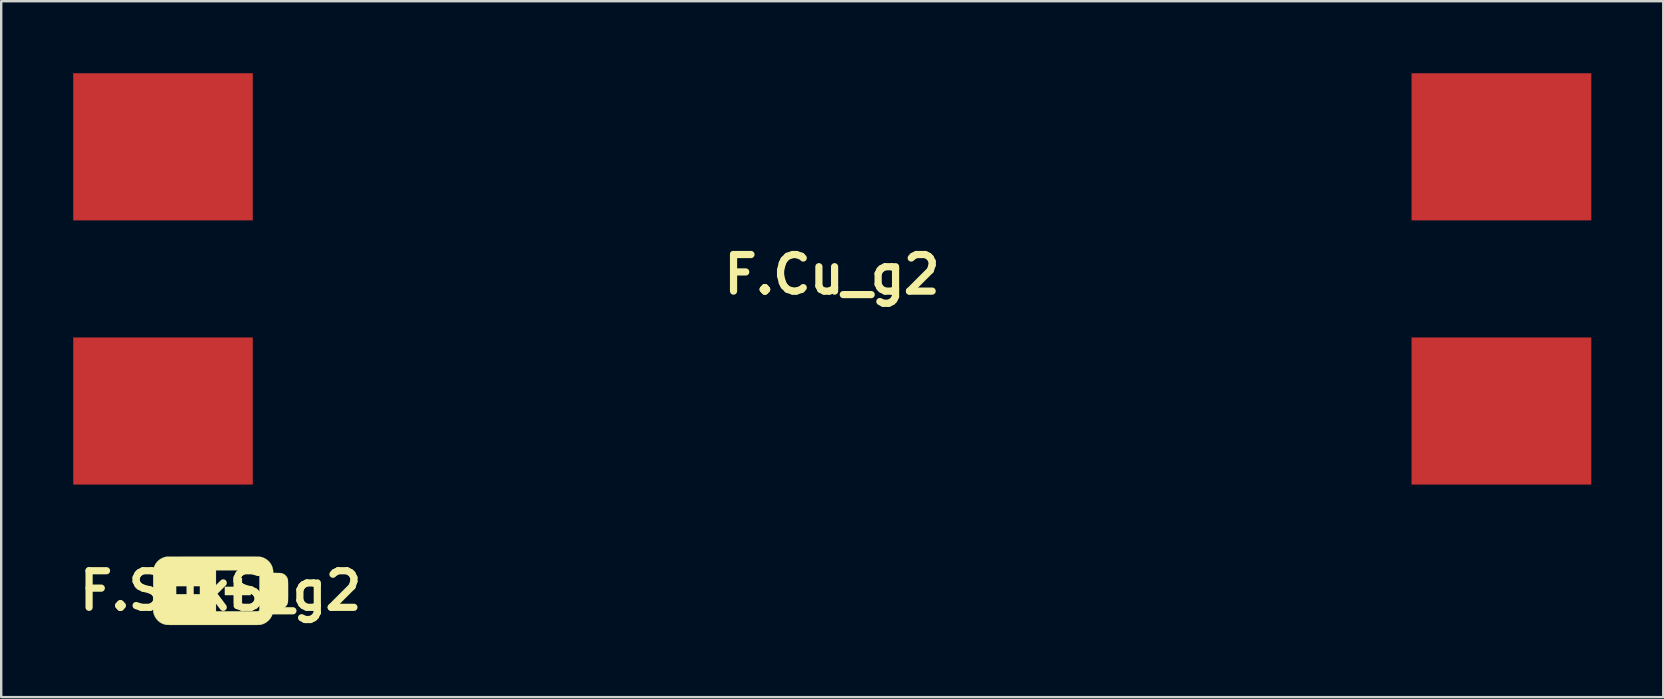
<source format=kicad_pcb>
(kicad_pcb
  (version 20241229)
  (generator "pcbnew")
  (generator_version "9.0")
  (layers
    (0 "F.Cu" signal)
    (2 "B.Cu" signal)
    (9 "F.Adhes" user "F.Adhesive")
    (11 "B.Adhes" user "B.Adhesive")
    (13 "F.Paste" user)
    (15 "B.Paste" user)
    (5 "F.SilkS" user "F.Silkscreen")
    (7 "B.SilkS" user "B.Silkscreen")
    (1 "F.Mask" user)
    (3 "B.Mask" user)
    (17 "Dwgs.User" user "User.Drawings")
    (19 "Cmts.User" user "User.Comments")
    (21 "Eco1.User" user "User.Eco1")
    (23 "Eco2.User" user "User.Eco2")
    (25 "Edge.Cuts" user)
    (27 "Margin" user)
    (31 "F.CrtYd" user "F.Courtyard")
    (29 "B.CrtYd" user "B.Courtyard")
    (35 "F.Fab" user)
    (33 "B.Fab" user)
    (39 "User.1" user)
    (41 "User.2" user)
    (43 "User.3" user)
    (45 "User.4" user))
  (footprint "F.SilkS_g2"
    (layer "F.Cu")
    (at 6.14 21.559)
    (property "Reference" "F.SilkS_g2" (at 0 0 0) (layer "F.SilkS") (effects (font (size 1.524 1.524) (thickness 0.3))))
    (attr through_hole)
    (fp_poly (pts (xy 0.889 -0.163) (xy 1.254 -0.163) (xy 1.254 0.179) (xy 0.889 0.179) (xy 0.889 0.548) (xy 0.544 0.548) (xy 0.544 0.179) (xy 0.179 0.179) (xy 0.179 -0.163) (xy 0.544 -0.163) (xy 0.544 -0.532) (xy 0.889 -0.532) (xy 0.889 -0.163)) (stroke (width 0.01) (type solid)) (fill yes) (layer "F.SilkS"))
    (fp_poly (pts (xy 0.907 -1.42) (xy 0.981 -1.42) (xy 1.05 -1.42) (xy 1.114 -1.42) (xy 1.173 -1.42) (xy 1.227 -1.42) (xy 1.277 -1.42) (xy 1.322 -1.42) (xy 1.363 -1.42) (xy 1.401 -1.42) (xy 1.434 -1.419) (xy 1.464 -1.419) (xy 1.491 -1.419) (xy 1.515 -1.419) (xy 1.536 -1.419) (xy 1.554 -1.418) (xy 1.57 -1.418) (xy 1.584 -1.418) (xy 1.596 -1.417) (xy 1.606 -1.417) (xy 1.615 -1.417) (xy 1.622 -1.416) (xy 1.628 -1.416) (xy 1.633 -1.415) (xy 1.637 -1.415) (xy 1.641 -1.414) (xy 1.645 -1.413) (xy 1.647 -1.413) (xy 1.7 -1.402) (xy 1.749 -1.388) (xy 1.796 -1.37) (xy 1.801 -1.368) (xy 1.865 -1.336) (xy 1.924 -1.297) (xy 1.978 -1.253) (xy 2.027 -1.204) (xy 2.07 -1.15) (xy 2.107 -1.092) (xy 2.137 -1.03) (xy 2.161 -0.965) (xy 2.178 -0.898) (xy 2.188 -0.827) (xy 2.189 -0.801) (xy 2.192 -0.743) (xy 2.347 -0.741) (xy 2.391 -0.74) (xy 2.428 -0.74) (xy 2.459 -0.739) (xy 2.484 -0.738) (xy 2.505 -0.736) (xy 2.523 -0.734) (xy 2.539 -0.731) (xy 2.553 -0.727) (xy 2.567 -0.723) (xy 2.581 -0.718) (xy 2.593 -0.712) (xy 2.625 -0.697) (xy 2.652 -0.681) (xy 2.678 -0.663) (xy 2.698 -0.645) (xy 2.734 -0.606) (xy 2.764 -0.563) (xy 2.786 -0.516) (xy 2.802 -0.466) (xy 2.804 -0.458) (xy 2.805 -0.449) (xy 2.806 -0.433) (xy 2.807 -0.41) (xy 2.807 -0.382) (xy 2.808 -0.347) (xy 2.809 -0.309) (xy 2.809 -0.266) (xy 2.81 -0.219) (xy 2.81 -0.17) (xy 2.81 -0.118) (xy 2.81 -0.065) (xy 2.81 -0.011) (xy 2.81 0.043) (xy 2.81 0.097) (xy 2.81 0.149) (xy 2.81 0.201) (xy 2.81 0.25) (xy 2.809 0.296) (xy 2.809 0.338) (xy 2.808 0.376) (xy 2.807 0.41) (xy 2.807 0.438) (xy 2.806 0.459) (xy 2.805 0.475) (xy 2.804 0.482) (xy 2.789 0.533) (xy 2.768 0.58) (xy 2.739 0.624) (xy 2.703 0.664) (xy 2.698 0.669) (xy 2.672 0.691) (xy 2.647 0.709) (xy 2.618 0.725) (xy 2.593 0.736) (xy 2.578 0.742) (xy 2.564 0.748) (xy 2.55 0.752) (xy 2.536 0.755) (xy 2.52 0.758) (xy 2.502 0.76) (xy 2.48 0.762) (xy 2.453 0.763) (xy 2.422 0.764) (xy 2.384 0.764) (xy 2.347 0.765) (xy 2.192 0.767) (xy 2.19 0.813) (xy 2.182 0.882) (xy 2.167 0.949) (xy 2.145 1.015) (xy 2.116 1.078) (xy 2.081 1.138) (xy 2.039 1.194) (xy 1.992 1.244) (xy 1.988 1.247) (xy 1.933 1.294) (xy 1.875 1.334) (xy 1.814 1.366) (xy 1.749 1.392) (xy 1.68 1.411) (xy 1.648 1.417) (xy 1.644 1.418) (xy 1.64 1.418) (xy 1.636 1.419) (xy 1.632 1.419) (xy 1.626 1.42) (xy 1.619 1.42) (xy 1.612 1.421) (xy 1.602 1.421) (xy 1.592 1.421) (xy 1.579 1.422) (xy 1.564 1.422) (xy 1.547 1.422) (xy 1.527 1.423) (xy 1.505 1.423) (xy 1.479 1.423) (xy 1.451 1.423) (xy 1.419 1.423) (xy 1.383 1.424) (xy 1.344 1.424) (xy 1.301 1.424) (xy 1.253 1.424) (xy 1.201 1.424) (xy 1.145 1.424) (xy 1.083 1.424) (xy 1.017 1.424) (xy 0.945 1.424) (xy 0.868 1.424) (xy 0.785 1.424) (xy 0.696 1.424) (xy 0.601 1.424) (xy 0.499 1.424) (xy 0.391 1.424) (xy 0.276 1.424) (xy 0.154 1.424) (xy 0.025 1.424) (xy -0.111 1.424) (xy -0.256 1.424) (xy -0.313 1.424) (xy -0.436 1.424) (xy -0.557 1.424) (xy -0.676 1.424) (xy -0.792 1.424) (xy -0.906 1.424) (xy -1.017 1.424) (xy -1.125 1.424) (xy -1.229 1.424) (xy -1.329 1.424) (xy -1.426 1.423) (xy -1.518 1.423) (xy -1.607 1.423) (xy -1.69 1.423) (xy -1.769 1.423) (xy -1.842 1.423) (xy -1.91 1.423) (xy -1.973 1.423) (xy -2.029 1.423) (xy -2.08 1.423) (xy -2.124 1.423) (xy -2.161 1.422) (xy -2.192 1.422) (xy -2.216 1.422) (xy -2.232 1.422) (xy -2.241 1.422) (xy -2.242 1.422) (xy -2.252 1.42) (xy -2.267 1.418) (xy -2.285 1.414) (xy -2.302 1.41) (xy -2.371 1.391) (xy -2.437 1.365) (xy -2.498 1.332) (xy -2.557 1.291) (xy -2.611 1.244) (xy -2.63 1.225) (xy -2.676 1.171) (xy -2.716 1.113) (xy -2.75 1.051) (xy -2.777 0.984) (xy -2.797 0.915) (xy -2.808 0.867) (xy -2.808 0.857) (xy -0.194 0.857) (xy 0.674 0.857) (xy 0.759 0.857) (xy 0.842 0.857) (xy 0.922 0.857) (xy 0.999 0.857) (xy 1.072 0.857) (xy 1.142 0.857) (xy 1.207 0.856) (xy 1.268 0.856) (xy 1.324 0.856) (xy 1.375 0.856) (xy 1.421 0.855) (xy 1.46 0.855) (xy 1.493 0.855) (xy 1.52 0.855) (xy 1.54 0.854) (xy 1.552 0.854) (xy 1.557 0.854) (xy 1.579 0.845) (xy 1.599 0.829) (xy 1.608 0.818) (xy 1.617 0.804) (xy 1.617 -0.8) (xy 1.608 -0.814) (xy 1.591 -0.832) (xy 1.57 -0.845) (xy 1.557 -0.85) (xy 1.552 -0.85) (xy 1.539 -0.85) (xy 1.518 -0.851) (xy 1.491 -0.851) (xy 1.457 -0.851) (xy 1.418 -0.851) (xy 1.372 -0.852) (xy 1.32 -0.852) (xy 1.264 -0.852) (xy 1.203 -0.852) (xy 1.137 -0.853) (xy 1.067 -0.853) (xy 0.993 -0.853) (xy 0.916 -0.853) (xy 0.836 -0.853) (xy 0.753 -0.853) (xy 0.674 -0.853) (xy -0.194 -0.853) (xy -0.194 0.857) (xy -2.808 0.857) (xy -2.808 -0.194) (xy -1.933 -0.194) (xy -1.933 0.143) (xy -0.861 0.143) (xy -0.861 -0.194) (xy -1.933 -0.194) (xy -2.808 -0.194) (xy -2.808 -0.863) (xy -2.797 -0.911) (xy -2.777 -0.98) (xy -2.751 -1.044) (xy -2.72 -1.104) (xy -2.682 -1.16) (xy -2.638 -1.213) (xy -2.626 -1.226) (xy -2.574 -1.274) (xy -2.518 -1.315) (xy -2.459 -1.35) (xy -2.394 -1.379) (xy -2.325 -1.402) (xy -2.302 -1.407) (xy -2.256 -1.419) (xy -0.327 -1.42) (xy -0.18 -1.42) (xy -0.04 -1.42) (xy 0.093 -1.42) (xy 0.218 -1.42) (xy 0.336 -1.42) (xy 0.447 -1.42) (xy 0.551 -1.42) (xy 0.649 -1.42) (xy 0.741 -1.42) (xy 0.827 -1.42) (xy 0.907 -1.42)) (stroke (width 0.01) (type solid)) (fill yes) (layer "F.SilkS")))
  (footprint "F.Cu_g2"
    (layer "F.Cu")
    (at 31.607 8.387)
    (property "Reference" "F.Cu_g2" (at 0 0 0) (layer "F.SilkS") (effects (font (size 1.524 1.524) (thickness 0.3))))
    (attr through_hole)
    (fp_poly (pts (xy -24.13 -2.265) (xy -31.602 -2.265) (xy -31.602 -8.382) (xy -24.13 -8.382) (xy -24.13 -2.265)) (stroke (width 0.01) (type solid)) (fill yes) (layer "F.Cu"))
    (fp_poly (pts (xy -24.13 8.742) (xy -31.602 8.742) (xy -31.602 2.625) (xy -24.13 2.625) (xy -24.13 8.742)) (stroke (width 0.01) (type solid)) (fill yes) (layer "F.Cu"))
    (fp_poly (pts (xy 31.623 -2.265) (xy 24.151 -2.265) (xy 24.151 -8.382) (xy 31.623 -8.382) (xy 31.623 -2.265)) (stroke (width 0.01) (type solid)) (fill yes) (layer "F.Cu"))
    (fp_poly (pts (xy 31.623 8.742) (xy 24.151 8.742) (xy 24.151 2.625) (xy 31.623 2.625) (xy 31.623 8.742)) (stroke (width 0.01) (type solid)) (fill yes) (layer "F.Cu")))
  (gr_rect
    (start -3 -3)
    (end 66.235 25.989)
    (stroke (width 0.1) (type default))
    (fill no)
    (layer "Edge.Cuts")))
</source>
